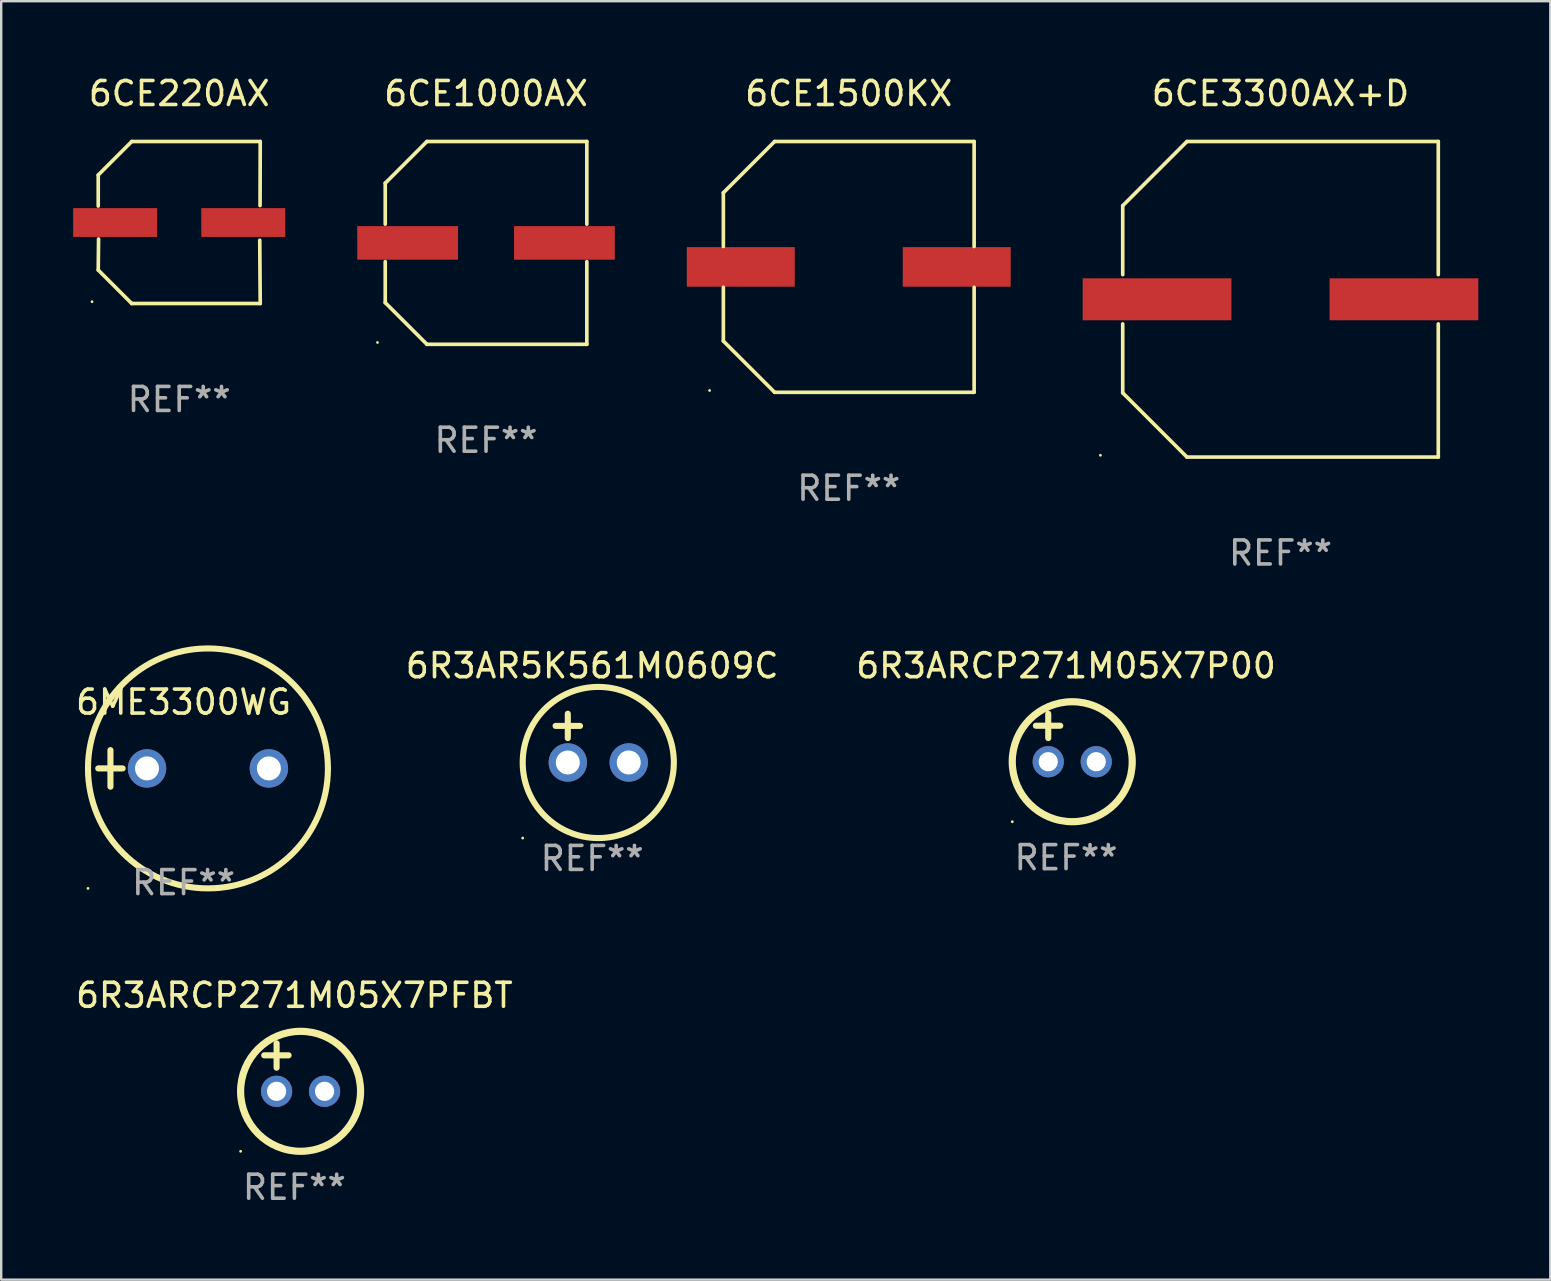
<source format=kicad_pcb>
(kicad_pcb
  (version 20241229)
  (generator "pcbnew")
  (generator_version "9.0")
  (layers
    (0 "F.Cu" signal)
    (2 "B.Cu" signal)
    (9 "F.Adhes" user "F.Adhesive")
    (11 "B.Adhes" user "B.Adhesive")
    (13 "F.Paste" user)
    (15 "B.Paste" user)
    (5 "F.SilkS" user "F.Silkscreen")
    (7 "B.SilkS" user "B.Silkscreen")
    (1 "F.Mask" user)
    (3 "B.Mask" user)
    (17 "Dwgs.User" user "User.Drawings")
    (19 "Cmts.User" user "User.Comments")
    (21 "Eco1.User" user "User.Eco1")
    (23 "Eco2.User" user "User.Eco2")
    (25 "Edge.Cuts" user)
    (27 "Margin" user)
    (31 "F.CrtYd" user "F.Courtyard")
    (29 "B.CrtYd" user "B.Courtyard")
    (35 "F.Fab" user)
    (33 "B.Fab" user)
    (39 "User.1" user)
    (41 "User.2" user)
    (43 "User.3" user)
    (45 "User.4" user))
  (footprint "6CE1500KX"
    (layer "F.Cu")
    (at 32.324 8.074)
    (property "Reference" "6CE1500KX" (at 0 -7.226 0) (layer "F.SilkS") (effects (font (size 1 1) (thickness 0.15))))
    (attr through_hole)
    (fp_line (start -5.226 -3.09) (end -5.226 -0.852) (stroke (width 0.152) (type solid)) (layer "F.SilkS"))
    (fp_line (start -5.226 3.09) (end -5.226 0.852) (stroke (width 0.152) (type solid)) (layer "F.SilkS"))
    (fp_line (start -3.09 -5.226) (end -5.226 -3.09) (stroke (width 0.152) (type solid)) (layer "F.SilkS"))
    (fp_line (start -3.09 5.226) (end -5.226 3.09) (stroke (width 0.152) (type solid)) (layer "F.SilkS"))
    (fp_line (start 5.226 -5.226) (end -3.09 -5.226) (stroke (width 0.152) (type solid)) (layer "F.SilkS"))
    (fp_line (start 5.226 -0.852) (end 5.226 -5.226) (stroke (width 0.152) (type solid)) (layer "F.SilkS"))
    (fp_line (start 5.226 0.852) (end 5.226 5.226) (stroke (width 0.152) (type solid)) (layer "F.SilkS"))
    (fp_line (start 5.226 5.226) (end -3.09 5.226) (stroke (width 0.152) (type solid)) (layer "F.SilkS"))
    (fp_circle (center -5.8 5.15) (end -5.77 5.15) (stroke (width 0.06) (type solid)) (fill no) (layer "F.SilkS"))
    (fp_text user "REF**" (at 0 9.226 0) (layer "F.Fab") (effects (font (size 1 1) (thickness 0.15))))
    (pad "1" smd rect (at -4.5 0) (size 4.5 1.65) (layers "F.Cu" "F.Mask" "F.Paste"))
    (pad "2" smd rect (at 4.5 0) (size 4.5 1.65) (layers "F.Cu" "F.Mask" "F.Paste")))
  (footprint "6CE3300AX+D"
    (layer "F.Cu")
    (at 50.319 9.424)
    (property "Reference" "6CE3300AX+D" (at 0 -8.576 0) (layer "F.SilkS") (effects (font (size 1 1) (thickness 0.15))))
    (attr through_hole)
    (fp_line (start -6.576 -3.9) (end -6.576 -1.027) (stroke (width 0.152) (type solid)) (layer "F.SilkS"))
    (fp_line (start -6.576 3.9) (end -6.576 1.027) (stroke (width 0.152) (type solid)) (layer "F.SilkS"))
    (fp_line (start -3.9 -6.576) (end -6.576 -3.9) (stroke (width 0.152) (type solid)) (layer "F.SilkS"))
    (fp_line (start -3.9 6.576) (end -6.576 3.9) (stroke (width 0.152) (type solid)) (layer "F.SilkS"))
    (fp_line (start 6.576 -6.576) (end -3.9 -6.576) (stroke (width 0.152) (type solid)) (layer "F.SilkS"))
    (fp_line (start 6.576 -1.027) (end 6.576 -6.576) (stroke (width 0.152) (type solid)) (layer "F.SilkS"))
    (fp_line (start 6.576 1.027) (end 6.576 6.576) (stroke (width 0.152) (type solid)) (layer "F.SilkS"))
    (fp_line (start 6.576 6.576) (end -3.9 6.576) (stroke (width 0.152) (type solid)) (layer "F.SilkS"))
    (fp_circle (center -7.506 6.5) (end -7.476 6.5) (stroke (width 0.06) (type solid)) (fill no) (layer "F.SilkS"))
    (fp_text user "REF**" (at 0 10.576 0) (layer "F.Fab") (effects (font (size 1 1) (thickness 0.15))))
    (pad "1" smd rect (at -5.145 0) (size 6.2 1.75) (layers "F.Cu" "F.Mask" "F.Paste"))
    (pad "2" smd rect (at 5.145 0) (size 6.2 1.75) (layers "F.Cu" "F.Mask" "F.Paste")))
  (footprint "6ME3300WG"
    (layer "F.Cu")
    (at 4.601 28.976)
    (property "Reference" "6ME3300WG" (at 0 -2.762 0) (layer "F.SilkS") (effects (font (size 1 1) (thickness 0.15))))
    (attr through_hole)
    (fp_line (start -3.556 0) (end -2.54 0) (stroke (width 0.254) (type solid)) (layer "F.SilkS"))
    (fp_line (start -3.048 -0.762) (end -3.048 0.762) (stroke (width 0.254) (type solid)) (layer "F.SilkS"))
    (fp_circle (center -3.984 5) (end -3.954 5) (stroke (width 0.06) (type solid)) (fill no) (layer "F.SilkS"))
    (fp_circle (center 1.016 0) (end 6.016 0) (stroke (width 0.254) (type solid)) (fill no) (layer "F.SilkS"))
    (fp_text user "REF**" (at 0 4.762 0) (layer "F.Fab") (effects (font (size 1 1) (thickness 0.15))))
    (pad "1" thru_hole circle (at -1.524 0) (size 1.6 1.6) (drill 1) (layers "*.Cu" "*.Mask"))
    (pad "2" thru_hole circle (at 3.556 0) (size 1.6 1.6) (drill 1) (layers "*.Cu" "*.Mask")))
  (footprint "6R3ARCP271M05X7PFBT"
    (layer "F.Cu")
    (at 9.22 41.434)
    (property "Reference" "6R3ARCP271M05X7PFBT" (at 0 -3 0) (layer "F.SilkS") (effects (font (size 1 1) (thickness 0.15))))
    (attr through_hole)
    (fp_line (start -1.258 -0.5) (end -0.242 -0.5) (stroke (width 0.254) (type solid)) (layer "F.SilkS"))
    (fp_line (start -0.742 -1) (end -0.742 0.016) (stroke (width 0.254) (type solid)) (layer "F.SilkS"))
    (fp_circle (center -2.242 3.5) (end -2.212 3.5) (stroke (width 0.06) (type solid)) (fill no) (layer "F.SilkS"))
    (fp_circle (center 0.258 1) (end 2.758 1) (stroke (width 0.3) (type solid)) (fill no) (layer "F.SilkS"))
    (fp_text user "REF**" (at 0 5 0) (layer "F.Fab") (effects (font (size 1 1) (thickness 0.15))))
    (pad "1" thru_hole circle (at -0.742 1) (size 1.3 1.3) (drill 0.8) (layers "*.Cu" "*.Mask"))
    (pad "2" thru_hole circle (at 1.258 1) (size 1.3 1.3) (drill 0.8) (layers "*.Cu" "*.Mask")))
  (footprint "6CE1000AX"
    (layer "F.Cu")
    (at 17.207 7.074)
    (property "Reference" "6CE1000AX" (at 0 -6.226 0) (layer "F.SilkS") (effects (font (size 1 1) (thickness 0.15))))
    (attr through_hole)
    (fp_line (start -4.201 -2.49) (end -4.201 -0.782) (stroke (width 0.152) (type solid)) (layer "F.SilkS"))
    (fp_line (start -4.201 2.49) (end -4.201 0.782) (stroke (width 0.152) (type solid)) (layer "F.SilkS"))
    (fp_line (start -2.465 -4.226) (end -4.201 -2.49) (stroke (width 0.152) (type solid)) (layer "F.SilkS"))
    (fp_line (start -2.465 4.226) (end -4.201 2.49) (stroke (width 0.152) (type solid)) (layer "F.SilkS"))
    (fp_line (start 4.201 -4.226) (end -2.465 -4.226) (stroke (width 0.152) (type solid)) (layer "F.SilkS"))
    (fp_line (start 4.201 -0.782) (end 4.201 -4.226) (stroke (width 0.152) (type solid)) (layer "F.SilkS"))
    (fp_line (start 4.201 0.782) (end 4.201 4.226) (stroke (width 0.152) (type solid)) (layer "F.SilkS"))
    (fp_line (start 4.201 4.226) (end -2.465 4.226) (stroke (width 0.152) (type solid)) (layer "F.SilkS"))
    (fp_circle (center -4.524 4.15) (end -4.494 4.15) (stroke (width 0.06) (type solid)) (fill no) (layer "F.SilkS"))
    (fp_text user "REF**" (at 0 8.226 0) (layer "F.Fab") (effects (font (size 1 1) (thickness 0.15))))
    (pad "1" smd rect (at -3.267 0) (size 4.2 1.4) (layers "F.Cu" "F.Mask" "F.Paste"))
    (pad "2" smd rect (at 3.267 0) (size 4.2 1.4) (layers "F.Cu" "F.Mask" "F.Paste")))
  (footprint "6R3AR5K561M0609C"
    (layer "F.Cu")
    (at 21.631 27.713)
    (property "Reference" "6R3AR5K561M0609C" (at 0 -3.016 0) (layer "F.SilkS") (effects (font (size 1 1) (thickness 0.15))))
    (attr through_hole)
    (fp_line (start -1.524 -0.508) (end -0.508 -0.508) (stroke (width 0.254) (type solid)) (layer "F.SilkS"))
    (fp_line (start -1.016 -1.016) (end -1.016 0) (stroke (width 0.254) (type solid)) (layer "F.SilkS"))
    (fp_circle (center -2.896 4.166) (end -2.866 4.166) (stroke (width 0.06) (type solid)) (fill no) (layer "F.SilkS"))
    (fp_circle (center 0.254 1.016) (end 3.404 1.016) (stroke (width 0.254) (type solid)) (fill no) (layer "F.SilkS"))
    (fp_text user "REF**" (at 0 5.016 0) (layer "F.Fab") (effects (font (size 1 1) (thickness 0.15))))
    (pad "1" thru_hole circle (at -1.016 1.016) (size 1.6 1.6) (drill 1) (layers "*.Cu" "*.Mask"))
    (pad "2" thru_hole circle (at 1.524 1.016) (size 1.6 1.6) (drill 1) (layers "*.Cu" "*.Mask")))
  (footprint "6R3ARCP271M05X7P00"
    (layer "F.Cu")
    (at 41.381 27.697)
    (property "Reference" "6R3ARCP271M05X7P00" (at 0 -3 0) (layer "F.SilkS") (effects (font (size 1 1) (thickness 0.15))))
    (attr through_hole)
    (fp_line (start -1.258 -0.5) (end -0.242 -0.5) (stroke (width 0.254) (type solid)) (layer "F.SilkS"))
    (fp_line (start -0.742 -1) (end -0.742 0.016) (stroke (width 0.254) (type solid)) (layer "F.SilkS"))
    (fp_circle (center -2.242 3.5) (end -2.212 3.5) (stroke (width 0.06) (type solid)) (fill no) (layer "F.SilkS"))
    (fp_circle (center 0.258 1) (end 2.758 1) (stroke (width 0.3) (type solid)) (fill no) (layer "F.SilkS"))
    (fp_text user "REF**" (at 0 5 0) (layer "F.Fab") (effects (font (size 1 1) (thickness 0.15))))
    (pad "1" thru_hole circle (at -0.742 1) (size 1.3 1.3) (drill 0.8) (layers "*.Cu" "*.Mask"))
    (pad "2" thru_hole circle (at 1.258 1) (size 1.3 1.3) (drill 0.8) (layers "*.Cu" "*.Mask")))
  (footprint "6CE220AX"
    (layer "F.Cu")
    (at 4.42 6.224)
    (property "Reference" "6CE220AX" (at 0 -5.376 0) (layer "F.SilkS") (effects (font (size 1 1) (thickness 0.15))))
    (attr through_hole)
    (fp_line (start -3.376 -1.98) (end -3.376 -0.686) (stroke (width 0.152) (type solid)) (layer "F.SilkS"))
    (fp_line (start -3.376 1.981) (end -3.362 0.686) (stroke (width 0.152) (type solid)) (layer "F.SilkS"))
    (fp_line (start -1.981 3.376) (end -3.376 1.981) (stroke (width 0.152) (type solid)) (layer "F.SilkS"))
    (fp_line (start -1.98 -3.376) (end -3.376 -1.98) (stroke (width 0.152) (type solid)) (layer "F.SilkS"))
    (fp_line (start 3.356 0.74) (end 3.376 3.376) (stroke (width 0.152) (type solid)) (layer "F.SilkS"))
    (fp_line (start 3.369 -0.707) (end 3.376 -3.376) (stroke (width 0.152) (type solid)) (layer "F.SilkS"))
    (fp_line (start 3.376 3.376) (end -1.981 3.376) (stroke (width 0.152) (type solid)) (layer "F.SilkS"))
    (fp_line (start 3.376 -3.376) (end -1.98 -3.376) (stroke (width 0.152) (type solid)) (layer "F.SilkS"))
    (fp_circle (center -3.634 3.3) (end -3.604 3.3) (stroke (width 0.06) (type solid)) (fill no) (layer "F.SilkS"))
    (fp_text user "REF**" (at 0 7.376 0) (layer "F.Fab") (effects (font (size 1 1) (thickness 0.15))))
    (pad "1" smd rect (at -2.67 0.000127) (size 3.5 1.2) (layers "F.Cu" "F.Mask" "F.Paste"))
    (pad "2" smd rect (at 2.67 0.000127) (size 3.5 1.2) (layers "F.Cu" "F.Mask" "F.Paste")))
  (gr_rect
    (start -3 -3)
    (end 61.564 50.283)
    (stroke (width 0.1) (type default))
    (fill no)
    (layer "Edge.Cuts")))
</source>
